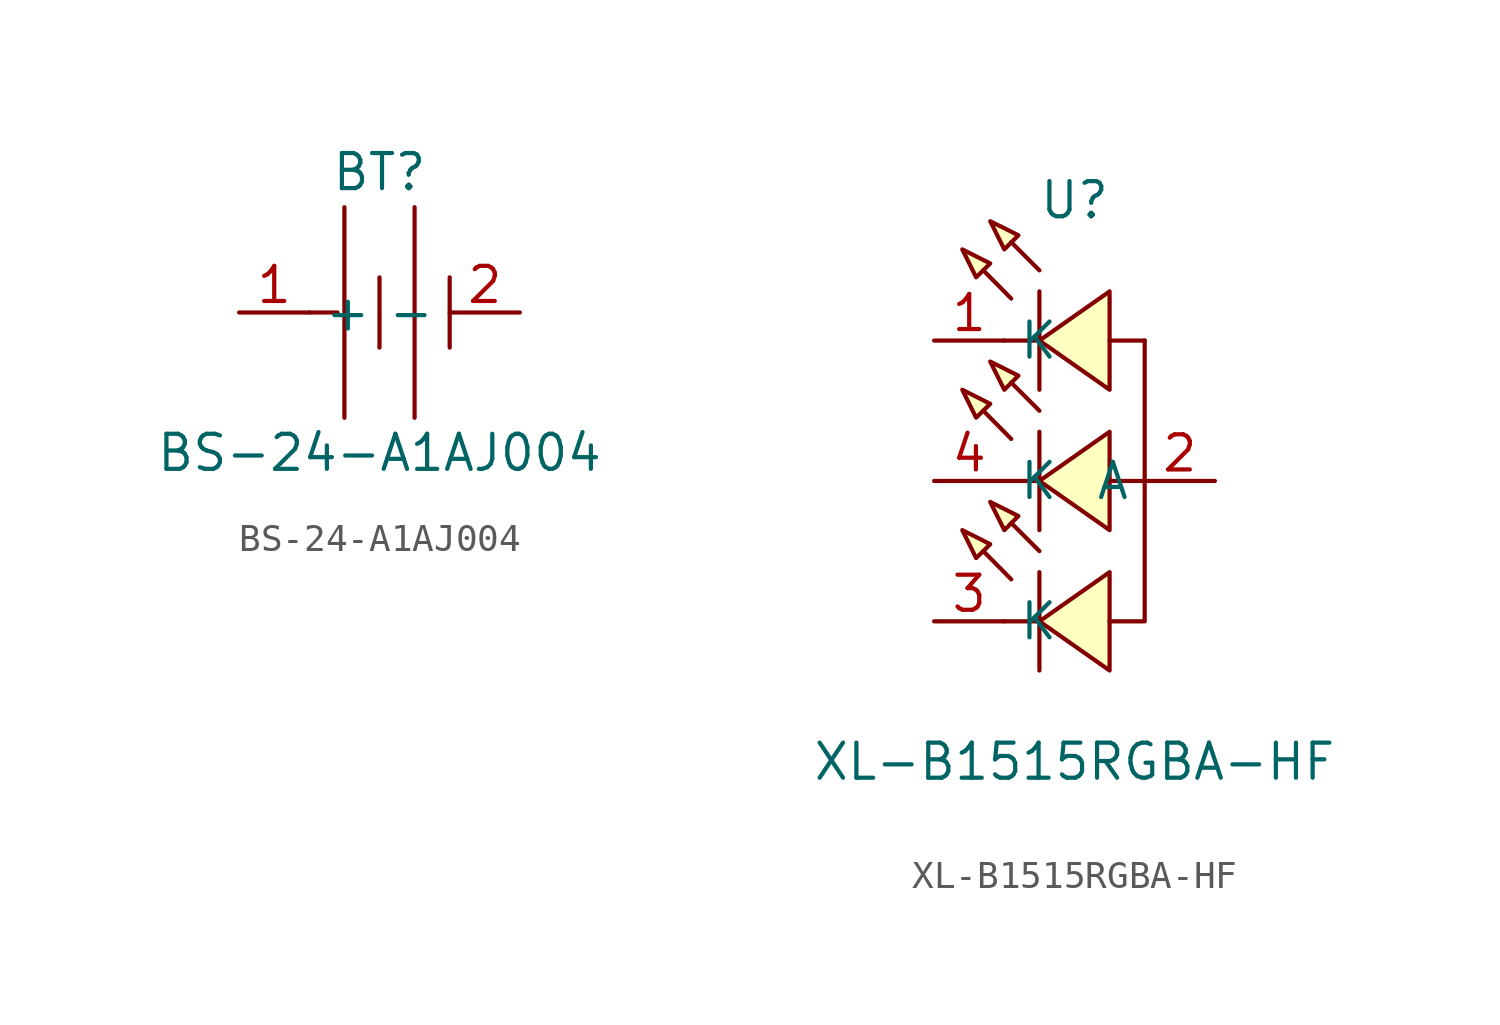
<source format=kicad_sym>
(kicad_symbol_lib
  (version 20241209)
  (generator "kicad_symbol_editor")
  (generator_version "9.0")
  (symbol "BS-24-A1AJ004"
    (property "Reference" "BT"
      (at 0 5.08 0)
      (effects (font (size 1.27 1.27))))
    (property "Value" "BS-24-A1AJ004"
      (at 0 -5.08 0)
      (effects (font (size 1.27 1.27))))
    (symbol "BS-24-A1AJ004_0_1"
      (polyline (pts (xy -2.54 0) (xy -1.52 0)) (stroke (width 0) (type default)) (fill (type none)))
      (polyline (pts (xy -1.27 3.81) (xy -1.27 -3.81)) (stroke (width 0) (type default)) (fill (type none)))
      (polyline (pts (xy 0 1.27) (xy 0 -1.27)) (stroke (width 0) (type default)) (fill (type none)))
      (polyline (pts (xy 1.27 3.81) (xy 1.27 -3.81)) (stroke (width 0) (type default)) (fill (type none)))
      (polyline (pts (xy 2.54 1.27) (xy 2.54 -1.27)) (stroke (width 0) (type default)) (fill (type none)))
      (pin power_in line (at -5.08 0 0) (length 2.54) (name "+" (effects (font (size 1.27 1.27)))) (number "1" (effects (font (size 1.27 1.27)))))
      (pin power_in line (at 5.08 0 180) (length 2.54) (name "-" (effects (font (size 1.27 1.27)))) (number "2" (effects (font (size 1.27 1.27)))))))
  (symbol "XL-B1515RGBA-HF"
    (property "Reference" "U"
      (at 0 10.16 0)
      (effects (font (size 1.27 1.27))))
    (property "Value" "XL-B1515RGBA-HF"
      (at 0 -10.16 0)
      (effects (font (size 1.27 1.27))))
    (symbol "XL-B1515RGBA-HF_0_1"
      (polyline (pts (xy -4.06 8.38) (xy -3.05 7.87) (xy -3.56 7.37) (xy -4.06 8.38)) (stroke (width 0) (type default)) (fill (type background)))
      (polyline (pts (xy -4.06 3.3) (xy -3.05 2.79) (xy -3.56 2.29) (xy -4.06 3.3)) (stroke (width 0) (type default)) (fill (type background)))
      (polyline (pts (xy -4.06 -1.78) (xy -3.05 -2.29) (xy -3.56 -2.79) (xy -4.06 -1.78)) (stroke (width 0) (type default)) (fill (type background)))
      (polyline (pts (xy -3.05 9.4) (xy -2.03 8.89) (xy -2.54 8.38) (xy -3.05 9.4)) (stroke (width 0) (type default)) (fill (type background)))
      (polyline (pts (xy -3.05 4.32) (xy -2.03 3.81) (xy -2.54 3.3) (xy -3.05 4.32)) (stroke (width 0) (type default)) (fill (type background)))
      (polyline (pts (xy -3.05 -0.76) (xy -2.03 -1.27) (xy -2.54 -1.78) (xy -3.05 -0.76)) (stroke (width 0) (type default)) (fill (type background)))
      (polyline (pts (xy -2.29 6.6) (xy -3.3 7.62) (xy -2.29 6.6)) (stroke (width 0) (type default)) (fill (type background)))
      (polyline (pts (xy -2.29 1.52) (xy -3.3 2.54) (xy -2.29 1.52)) (stroke (width 0) (type default)) (fill (type background)))
      (polyline (pts (xy -2.29 -3.56) (xy -3.3 -2.54) (xy -2.29 -3.56)) (stroke (width 0) (type default)) (fill (type background)))
      (polyline (pts (xy -1.27 7.62) (xy -2.29 8.64) (xy -1.27 7.62)) (stroke (width 0) (type default)) (fill (type background)))
      (polyline (pts (xy -1.27 6.86) (xy -1.27 3.3)) (stroke (width 0) (type default)) (fill (type none)))
      (polyline (pts (xy -1.27 5.08) (xy -2.54 5.08)) (stroke (width 0) (type default)) (fill (type none)))
      (polyline (pts (xy -1.27 2.54) (xy -2.29 3.56) (xy -1.27 2.54)) (stroke (width 0) (type default)) (fill (type background)))
      (polyline (pts (xy -1.27 1.78) (xy -1.27 -1.78)) (stroke (width 0) (type default)) (fill (type none)))
      (polyline (pts (xy -1.27 0) (xy -2.54 0)) (stroke (width 0) (type default)) (fill (type none)))
      (polyline (pts (xy -1.27 -2.54) (xy -2.29 -1.52) (xy -1.27 -2.54)) (stroke (width 0) (type default)) (fill (type background)))
      (polyline (pts (xy -1.27 -3.3) (xy -1.27 -6.86)) (stroke (width 0) (type default)) (fill (type none)))
      (polyline (pts (xy -1.27 -5.08) (xy -2.54 -5.08)) (stroke (width 0) (type default)) (fill (type none)))
      (polyline (pts (xy 1.27 6.86) (xy -1.27 5.08) (xy 1.27 3.3) (xy 1.27 6.86)) (stroke (width 0) (type default)) (fill (type background)))
      (polyline (pts (xy 1.27 1.78) (xy -1.27 0) (xy 1.27 -1.78) (xy 1.27 1.78)) (stroke (width 0) (type default)) (fill (type background)))
      (polyline (pts (xy 1.27 -3.3) (xy -1.27 -5.08) (xy 1.27 -6.86) (xy 1.27 -3.3)) (stroke (width 0) (type default)) (fill (type background)))
      (polyline (pts (xy 2.54 5.08) (xy 1.27 5.08)) (stroke (width 0) (type default)) (fill (type none)))
      (polyline (pts (xy 2.54 5.08) (xy 2.54 -5.08) (xy 1.27 -5.08)) (stroke (width 0) (type default)) (fill (type none)))
      (polyline (pts (xy 2.54 0) (xy 1.27 0)) (stroke (width 0) (type default)) (fill (type none)))
      (pin unspecified line (at -5.08 5.08 0) (length 2.54) (name "K" (effects (font (size 1.27 1.27)))) (number "1" (effects (font (size 1.27 1.27)))))
      (pin unspecified line (at -5.08 0 0) (length 2.54) (name "K" (effects (font (size 1.27 1.27)))) (number "4" (effects (font (size 1.27 1.27)))))
      (pin unspecified line (at -5.08 -5.08 0) (length 2.54) (name "K" (effects (font (size 1.27 1.27)))) (number "3" (effects (font (size 1.27 1.27)))))
      (pin unspecified line (at 5.08 0 180) (length 2.54) (name "A" (effects (font (size 1.27 1.27)))) (number "2" (effects (font (size 1.27 1.27))))))))
</source>
